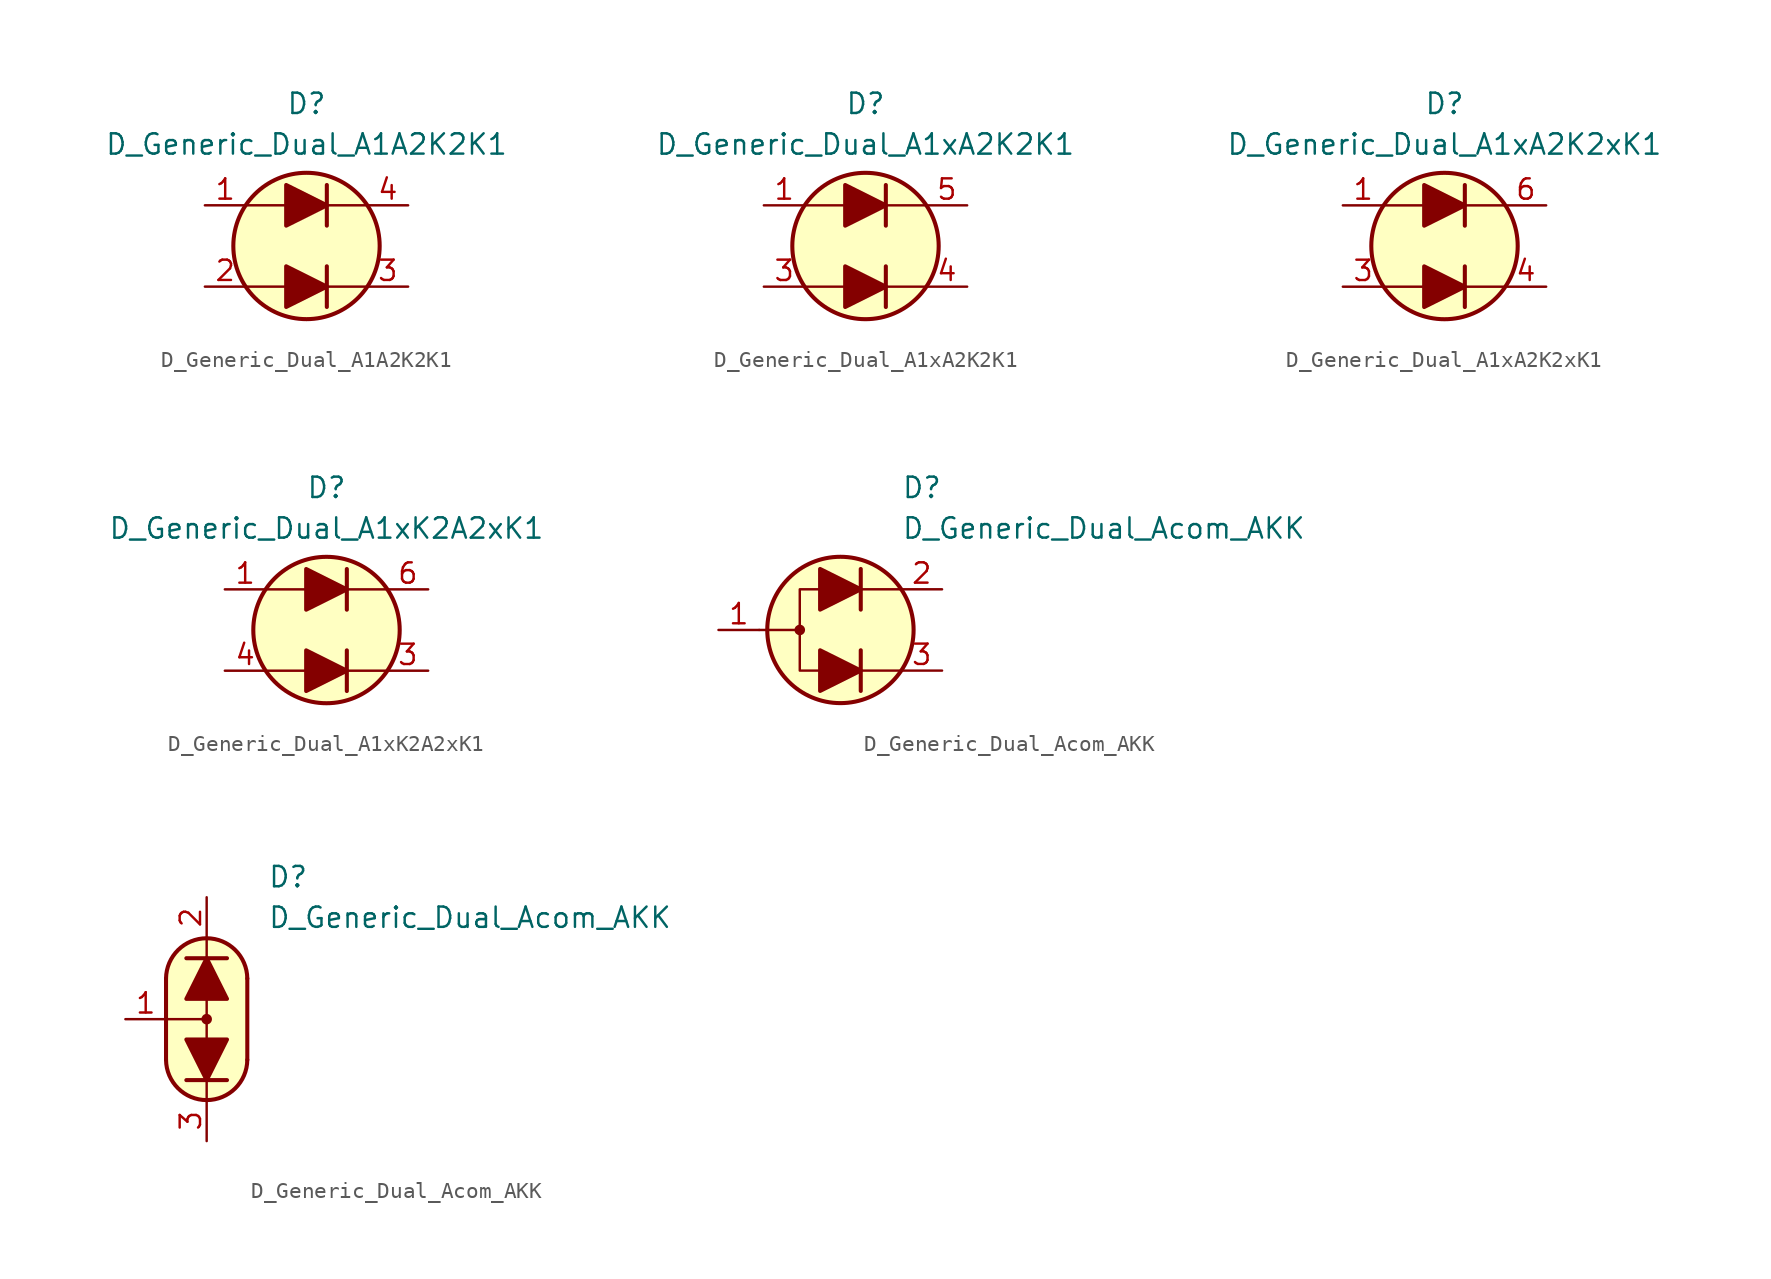
<source format=kicad_sym>
(kicad_symbol_lib
  (version 20231120)
  (generator "kicad_symbol_editor")
  (generator_version "8.0")
  (symbol "D_Generic_Dual_A1A2K2K1"
    (pin_names
      (offset 1.016) hide)
    (property "Reference" "D"
      (at 0 8.89 0)
      (effects (font (size 1.27 1.27))))
    (property "Value" "D_Generic_Dual_A1A2K2K1"
      (at 0 6.35 0)
      (effects (font (size 1.27 1.27))))
    (symbol "D_Generic_Dual_A1A2K2K1_0_1"
      (polyline (pts (xy -3.81 -2.54) (xy -1.27 -2.54)) (stroke (width 0) (type default)) (fill (type none)))
      (polyline (pts (xy -3.81 2.54) (xy -1.27 2.54)) (stroke (width 0) (type default)) (fill (type none)))
      (polyline (pts (xy 1.27 -2.54) (xy 3.81 -2.54)) (stroke (width 0) (type default)) (fill (type none)))
      (polyline (pts (xy 1.27 -1.27) (xy 1.27 -3.81)) (stroke (width 0.254) (type default)) (fill (type none)))
      (polyline (pts (xy 1.27 2.54) (xy 3.81 2.54)) (stroke (width 0) (type default)) (fill (type none)))
      (polyline (pts (xy 1.27 3.81) (xy 1.27 1.27)) (stroke (width 0.254) (type default)) (fill (type none)))
      (circle (center 0 0) (radius 4.572) (stroke (width 0.254) (type default)) (fill (type background))))
    (symbol "D_Generic_Dual_A1A2K2K1_1_1"
      (polyline (pts (xy -1.27 -2.54) (xy 1.27 -2.54)) (stroke (width 0) (type default)) (fill (type none)))
      (polyline (pts (xy -1.27 2.54) (xy 1.27 2.54)) (stroke (width 0) (type default)) (fill (type none)))
      (polyline (pts (xy -1.27 -1.27) (xy -1.27 -3.81) (xy 1.27 -2.54) (xy -1.27 -1.27)) (stroke (width 0.254) (type default)) (fill (type outline)))
      (polyline (pts (xy -1.27 3.81) (xy -1.27 1.27) (xy 1.27 2.54) (xy -1.27 3.81)) (stroke (width 0.254) (type default)) (fill (type outline)))
      (pin passive line (at -6.35 2.54 0) (length 2.54) (name "A1" (effects (font (size 1.27 1.27)))) (number "1" (effects (font (size 1.27 1.27)))))
      (pin passive line (at -6.35 -2.54 0) (length 2.54) (name "A2" (effects (font (size 1.27 1.27)))) (number "2" (effects (font (size 1.27 1.27)))))
      (pin passive line (at 6.35 -2.54 180) (length 2.54) (name "K2" (effects (font (size 1.27 1.27)))) (number "3" (effects (font (size 1.27 1.27)))))
      (pin passive line (at 6.35 2.54 180) (length 2.54) (name "K1" (effects (font (size 1.27 1.27)))) (number "4" (effects (font (size 1.27 1.27)))))))
  (symbol "D_Generic_Dual_A1xA2K2K1"
    (pin_names
      (offset 1.016) hide)
    (property "Reference" "D"
      (at 0 8.89 0)
      (effects (font (size 1.27 1.27))))
    (property "Value" "D_Generic_Dual_A1xA2K2K1"
      (at 0 6.35 0)
      (effects (font (size 1.27 1.27))))
    (symbol "D_Generic_Dual_A1xA2K2K1_0_1"
      (polyline (pts (xy -3.81 -2.54) (xy -1.27 -2.54)) (stroke (width 0) (type default)) (fill (type none)))
      (polyline (pts (xy -3.81 2.54) (xy -1.27 2.54)) (stroke (width 0) (type default)) (fill (type none)))
      (polyline (pts (xy 1.27 -2.54) (xy 3.81 -2.54)) (stroke (width 0) (type default)) (fill (type none)))
      (polyline (pts (xy 1.27 -1.27) (xy 1.27 -3.81)) (stroke (width 0.254) (type default)) (fill (type none)))
      (polyline (pts (xy 1.27 2.54) (xy 3.81 2.54)) (stroke (width 0) (type default)) (fill (type none)))
      (polyline (pts (xy 1.27 3.81) (xy 1.27 1.27)) (stroke (width 0.254) (type default)) (fill (type none)))
      (circle (center 0 0) (radius 4.572) (stroke (width 0.254) (type default)) (fill (type background))))
    (symbol "D_Generic_Dual_A1xA2K2K1_1_1"
      (polyline (pts (xy -1.27 -2.54) (xy 1.27 -2.54)) (stroke (width 0) (type default)) (fill (type none)))
      (polyline (pts (xy -1.27 2.54) (xy 1.27 2.54)) (stroke (width 0) (type default)) (fill (type none)))
      (polyline (pts (xy -1.27 -1.27) (xy -1.27 -3.81) (xy 1.27 -2.54) (xy -1.27 -1.27)) (stroke (width 0.254) (type default)) (fill (type outline)))
      (polyline (pts (xy -1.27 3.81) (xy -1.27 1.27) (xy 1.27 2.54) (xy -1.27 3.81)) (stroke (width 0.254) (type default)) (fill (type outline)))
      (pin passive line (at -6.35 2.54 0) (length 2.54) (name "A1" (effects (font (size 1.27 1.27)))) (number "1" (effects (font (size 1.27 1.27)))))
      (pin free line (at 0 0 0) (length 2.54) hide (name "NC" (effects (font (size 1.27 1.27)))) (number "2" (effects (font (size 1.27 1.27)))))
      (pin passive line (at -6.35 -2.54 0) (length 2.54) (name "A2" (effects (font (size 1.27 1.27)))) (number "3" (effects (font (size 1.27 1.27)))))
      (pin passive line (at 6.35 -2.54 180) (length 2.54) (name "K2" (effects (font (size 1.27 1.27)))) (number "4" (effects (font (size 1.27 1.27)))))
      (pin passive line (at 6.35 2.54 180) (length 2.54) (name "K1" (effects (font (size 1.27 1.27)))) (number "5" (effects (font (size 1.27 1.27)))))))
  (symbol "D_Generic_Dual_A1xA2K2xK1"
    (pin_names
      (offset 1.016) hide)
    (property "Reference" "D"
      (at 0 8.89 0)
      (effects (font (size 1.27 1.27))))
    (property "Value" "D_Generic_Dual_A1xA2K2xK1"
      (at 0 6.35 0)
      (effects (font (size 1.27 1.27))))
    (symbol "D_Generic_Dual_A1xA2K2xK1_0_1"
      (polyline (pts (xy -3.81 -2.54) (xy -1.27 -2.54)) (stroke (width 0) (type default)) (fill (type none)))
      (polyline (pts (xy -3.81 2.54) (xy -1.27 2.54)) (stroke (width 0) (type default)) (fill (type none)))
      (polyline (pts (xy 1.27 -2.54) (xy 3.81 -2.54)) (stroke (width 0) (type default)) (fill (type none)))
      (polyline (pts (xy 1.27 -1.27) (xy 1.27 -3.81)) (stroke (width 0.254) (type default)) (fill (type none)))
      (polyline (pts (xy 1.27 2.54) (xy 3.81 2.54)) (stroke (width 0) (type default)) (fill (type none)))
      (polyline (pts (xy 1.27 3.81) (xy 1.27 1.27)) (stroke (width 0.254) (type default)) (fill (type none)))
      (circle (center 0 0) (radius 4.572) (stroke (width 0.254) (type default)) (fill (type background))))
    (symbol "D_Generic_Dual_A1xA2K2xK1_1_1"
      (polyline (pts (xy -1.27 -2.54) (xy 1.27 -2.54)) (stroke (width 0) (type default)) (fill (type none)))
      (polyline (pts (xy -1.27 2.54) (xy 1.27 2.54)) (stroke (width 0) (type default)) (fill (type none)))
      (polyline (pts (xy -1.27 -1.27) (xy -1.27 -3.81) (xy 1.27 -2.54) (xy -1.27 -1.27)) (stroke (width 0.254) (type default)) (fill (type outline)))
      (polyline (pts (xy -1.27 3.81) (xy -1.27 1.27) (xy 1.27 2.54) (xy -1.27 3.81)) (stroke (width 0.254) (type default)) (fill (type outline)))
      (pin passive line (at -6.35 2.54 0) (length 2.54) (name "A1" (effects (font (size 1.27 1.27)))) (number "1" (effects (font (size 1.27 1.27)))))
      (pin free line (at -2.54 0 0) (length 2.54) hide (name "NC" (effects (font (size 1.27 1.27)))) (number "2" (effects (font (size 1.27 1.27)))))
      (pin passive line (at -6.35 -2.54 0) (length 2.54) (name "A2" (effects (font (size 1.27 1.27)))) (number "3" (effects (font (size 1.27 1.27)))))
      (pin passive line (at 6.35 -2.54 180) (length 2.54) (name "K2" (effects (font (size 1.27 1.27)))) (number "4" (effects (font (size 1.27 1.27)))))
      (pin free line (at 2.54 0 180) (length 2.54) hide (name "NC" (effects (font (size 1.27 1.27)))) (number "5" (effects (font (size 1.27 1.27)))))
      (pin passive line (at 6.35 2.54 180) (length 2.54) (name "K1" (effects (font (size 1.27 1.27)))) (number "6" (effects (font (size 1.27 1.27)))))))
  (symbol "D_Generic_Dual_A1xK2A2xK1"
    (pin_names
      (offset 1.016) hide)
    (property "Reference" "D"
      (at 0 8.89 0)
      (effects (font (size 1.27 1.27))))
    (property "Value" "D_Generic_Dual_A1xK2A2xK1"
      (at 0 6.35 0)
      (effects (font (size 1.27 1.27))))
    (symbol "D_Generic_Dual_A1xK2A2xK1_0_1"
      (polyline (pts (xy -3.81 -2.54) (xy -1.27 -2.54)) (stroke (width 0) (type default)) (fill (type none)))
      (polyline (pts (xy -3.81 2.54) (xy -1.27 2.54)) (stroke (width 0) (type default)) (fill (type none)))
      (polyline (pts (xy 1.27 -2.54) (xy 3.81 -2.54)) (stroke (width 0) (type default)) (fill (type none)))
      (polyline (pts (xy 1.27 -1.27) (xy 1.27 -3.81)) (stroke (width 0.254) (type default)) (fill (type none)))
      (polyline (pts (xy 1.27 2.54) (xy 3.81 2.54)) (stroke (width 0) (type default)) (fill (type none)))
      (polyline (pts (xy 1.27 3.81) (xy 1.27 1.27)) (stroke (width 0.254) (type default)) (fill (type none)))
      (circle (center 0 0) (radius 4.572) (stroke (width 0.254) (type default)) (fill (type background))))
    (symbol "D_Generic_Dual_A1xK2A2xK1_1_1"
      (polyline (pts (xy -1.27 -2.54) (xy 1.27 -2.54)) (stroke (width 0) (type default)) (fill (type none)))
      (polyline (pts (xy -1.27 2.54) (xy 1.27 2.54)) (stroke (width 0) (type default)) (fill (type none)))
      (polyline (pts (xy -1.27 -1.27) (xy -1.27 -3.81) (xy 1.27 -2.54) (xy -1.27 -1.27)) (stroke (width 0.254) (type default)) (fill (type outline)))
      (polyline (pts (xy -1.27 3.81) (xy -1.27 1.27) (xy 1.27 2.54) (xy -1.27 3.81)) (stroke (width 0.254) (type default)) (fill (type outline)))
      (pin passive line (at -6.35 2.54 0) (length 2.54) (name "A1" (effects (font (size 1.27 1.27)))) (number "1" (effects (font (size 1.27 1.27)))))
      (pin free line (at -2.54 0 0) (length 2.54) hide (name "NC" (effects (font (size 1.27 1.27)))) (number "2" (effects (font (size 1.27 1.27)))))
      (pin passive line (at 6.35 -2.54 180) (length 2.54) (name "K2" (effects (font (size 1.27 1.27)))) (number "3" (effects (font (size 1.27 1.27)))))
      (pin passive line (at -6.35 -2.54 0) (length 2.54) (name "A2" (effects (font (size 1.27 1.27)))) (number "4" (effects (font (size 1.27 1.27)))))
      (pin free line (at 2.54 0 180) (length 2.54) hide (name "NC" (effects (font (size 1.27 1.27)))) (number "5" (effects (font (size 1.27 1.27)))))
      (pin passive line (at 6.35 2.54 180) (length 2.54) (name "K1" (effects (font (size 1.27 1.27)))) (number "6" (effects (font (size 1.27 1.27)))))))
  (symbol "D_Generic_Dual_Acom_AKK"
    (pin_names
      (offset 1.016) hide)
    (property "Reference" "D"
      (at 3.81 8.89 0)
      (effects (font (size 1.27 1.27)) (justify left)))
    (property "Value" "D_Generic_Dual_Acom_AKK"
      (at 3.81 6.35 0)
      (effects (font (size 1.27 1.27)) (justify left)))
    (symbol "D_Generic_Dual_Acom_AKK_0_1"
      (circle (center -2.54 0) (radius 0.254) (stroke (width 0) (type default)) (fill (type outline)))
      (polyline (pts (xy -5.08 0) (xy -2.54 0)) (stroke (width 0) (type default)) (fill (type none)))
      (polyline (pts (xy 1.27 -2.54) (xy 3.81 -2.54)) (stroke (width 0) (type default)) (fill (type none)))
      (polyline (pts (xy 1.27 -1.27) (xy 1.27 -3.81)) (stroke (width 0.254) (type default)) (fill (type none)))
      (polyline (pts (xy 1.27 2.54) (xy 3.81 2.54)) (stroke (width 0) (type default)) (fill (type none)))
      (polyline (pts (xy 1.27 3.81) (xy 1.27 1.27)) (stroke (width 0.254) (type default)) (fill (type none)))
      (polyline (pts (xy -1.27 -2.54) (xy -2.54 -2.54) (xy -2.54 2.54) (xy -1.27 2.54)) (stroke (width 0) (type default)) (fill (type none)))
      (circle (center 0 0) (radius 4.572) (stroke (width 0.254) (type default)) (fill (type background))))
    (symbol "D_Generic_Dual_Acom_AKK_0_2"
      (arc (start -2.54 -2.54) (mid 0 -5.0576) (end 2.54 -2.54) (stroke (width 0.254) (type default)) (fill (type none)))
      (polyline (pts (xy -2.54 0) (xy 0 0)) (stroke (width 0) (type default)) (fill (type none)))
      (polyline (pts (xy -2.54 2.54) (xy -2.54 -2.54)) (stroke (width 0.254) (type default)) (fill (type none)))
      (polyline (pts (xy -1.27 3.81) (xy 1.27 3.81)) (stroke (width 0.254) (type default)) (fill (type none)))
      (polyline (pts (xy 0 -5.08) (xy 0 -3.81)) (stroke (width 0) (type default)) (fill (type none)))
      (polyline (pts (xy 0 1.27) (xy 0 -1.27)) (stroke (width 0) (type default)) (fill (type none)))
      (polyline (pts (xy 0 5.08) (xy 0 3.81)) (stroke (width 0) (type default)) (fill (type none)))
      (polyline (pts (xy 1.27 -3.81) (xy -1.27 -3.81)) (stroke (width 0.254) (type default)) (fill (type none)))
      (polyline (pts (xy 2.54 -2.54) (xy 2.54 2.54)) (stroke (width 0.254) (type default)) (fill (type none)))
      (polyline (pts (xy 0 -5.08) (xy -1.016 -4.826) (xy -1.778 -4.318) (xy -2.286 -3.556) (xy -2.54 -3.048) (xy -2.54 2.794) (xy -2.286 3.556) (xy -1.778 4.318) (xy -1.016 4.826) (xy -0.254 5.08) (xy 0.254 5.08) (xy 1.016 4.826) (xy 1.524 4.572) (xy 2.032 4.064) (xy 2.286 3.556) (xy 2.54 2.794) (xy 2.54 -2.794) (xy 2.286 -3.556) (xy 2.032 -4.064) (xy 1.524 -4.572) (xy 1.016 -4.826) (xy 0 -5.08)) (stroke (width 0.01) (type default)) (fill (type background)))
      (circle (center 0 0) (radius 0.254) (stroke (width 0) (type default)) (fill (type outline)))
      (arc (start 2.54 2.54) (mid 0 5.0576) (end -2.54 2.54) (stroke (width 0.254) (type default)) (fill (type none))))
    (symbol "D_Generic_Dual_Acom_AKK_1_1"
      (polyline (pts (xy -1.27 -2.54) (xy 1.27 -2.54)) (stroke (width 0) (type default)) (fill (type none)))
      (polyline (pts (xy -1.27 2.54) (xy 1.27 2.54)) (stroke (width 0) (type default)) (fill (type none)))
      (polyline (pts (xy -1.27 -1.27) (xy -1.27 -3.81) (xy 1.27 -2.54) (xy -1.27 -1.27)) (stroke (width 0.254) (type default)) (fill (type outline)))
      (polyline (pts (xy -1.27 3.81) (xy -1.27 1.27) (xy 1.27 2.54) (xy -1.27 3.81)) (stroke (width 0.254) (type default)) (fill (type outline)))
      (pin passive line (at -7.62 0 0) (length 2.54) (name "A" (effects (font (size 1.27 1.27)))) (number "1" (effects (font (size 1.27 1.27)))))
      (pin passive line (at 6.35 2.54 180) (length 2.54) (name "K1" (effects (font (size 1.27 1.27)))) (number "2" (effects (font (size 1.27 1.27)))))
      (pin passive line (at 6.35 -2.54 180) (length 2.54) (name "K2" (effects (font (size 1.27 1.27)))) (number "3" (effects (font (size 1.27 1.27))))))
    (symbol "D_Generic_Dual_Acom_AKK_1_2"
      (polyline (pts (xy -1.27 1.27) (xy 1.27 1.27) (xy 0 3.81) (xy -1.27 1.27)) (stroke (width 0.254) (type default)) (fill (type outline)))
      (polyline (pts (xy 1.27 -1.27) (xy -1.27 -1.27) (xy 0 -3.81) (xy 1.27 -1.27)) (stroke (width 0.254) (type default)) (fill (type outline)))
      (pin passive line (at -5.08 0 0) (length 2.54) (name "A" (effects (font (size 1.27 1.27)))) (number "1" (effects (font (size 1.27 1.27)))))
      (pin passive line (at 0 7.62 270) (length 2.54) (name "K1" (effects (font (size 1.27 1.27)))) (number "2" (effects (font (size 1.27 1.27)))))
      (pin passive line (at 0 -7.62 90) (length 2.54) (name "K2" (effects (font (size 1.27 1.27)))) (number "3" (effects (font (size 1.27 1.27))))))))
</source>
